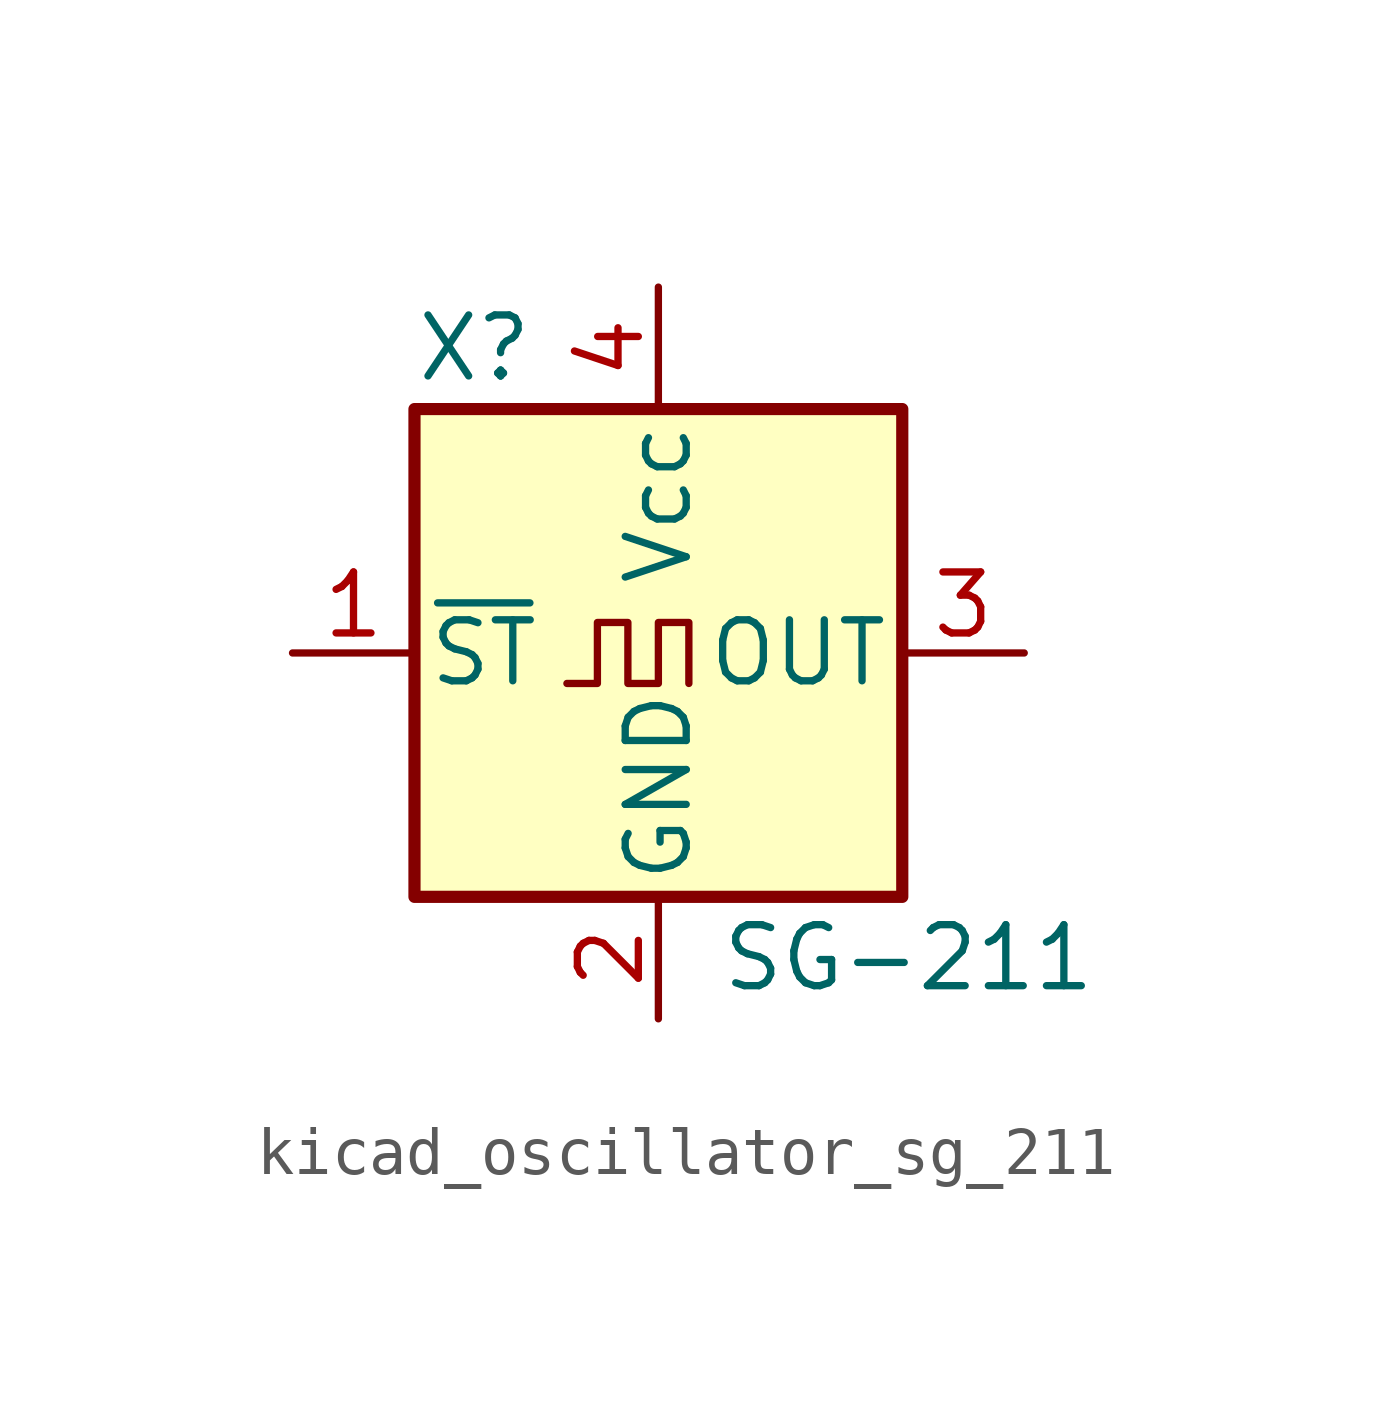
<source format=kicad_sym>
(kicad_symbol_lib
  (version 20220914)
  (generator kicad_symbol_editor)
  (symbol "kicad_oscillator_sg_211"
    (pin_names
      (offset 0.254))
    (property "Reference" "X"
      (at -5.08 6.35 0)
      (effects (font (size 1.27 1.27)) (justify left)))
    (property "Value" "SG-211"
      (at 1.27 -6.35 0)
      (effects (font (size 1.27 1.27)) (justify left)))
    (symbol "kicad_oscillator_sg_211_0_1"
      (rectangle (start -5.08 5.08) (end 5.08 -5.08) (stroke (width 0.254) (type default)) (fill (type background)))
      (polyline (pts (xy -1.905 -0.635) (xy -1.27 -0.635) (xy -1.27 0.635) (xy -0.635 0.635) (xy -0.635 -0.635) (xy 0 -0.635) (xy 0 0.635) (xy 0.635 0.635) (xy 0.635 -0.635)) (stroke (width 0) (type default)) (fill (type none))))
    (symbol "kicad_oscillator_sg_211_1_1"
      (pin input line (at -7.62 0 0) (length 2.54) (name "~{ST}" (effects (font (size 1.27 1.27)))) (number "1" (effects (font (size 1.27 1.27)))))
      (pin power_in line (at 0 -7.62 90) (length 2.54) (name "GND" (effects (font (size 1.27 1.27)))) (number "2" (effects (font (size 1.27 1.27)))))
      (pin output line (at 7.62 0 180) (length 2.54) (name "OUT" (effects (font (size 1.27 1.27)))) (number "3" (effects (font (size 1.27 1.27)))))
      (pin power_in line (at 0 7.62 270) (length 2.54) (name "Vcc" (effects (font (size 1.27 1.27)))) (number "4" (effects (font (size 1.27 1.27))))))))
</source>
